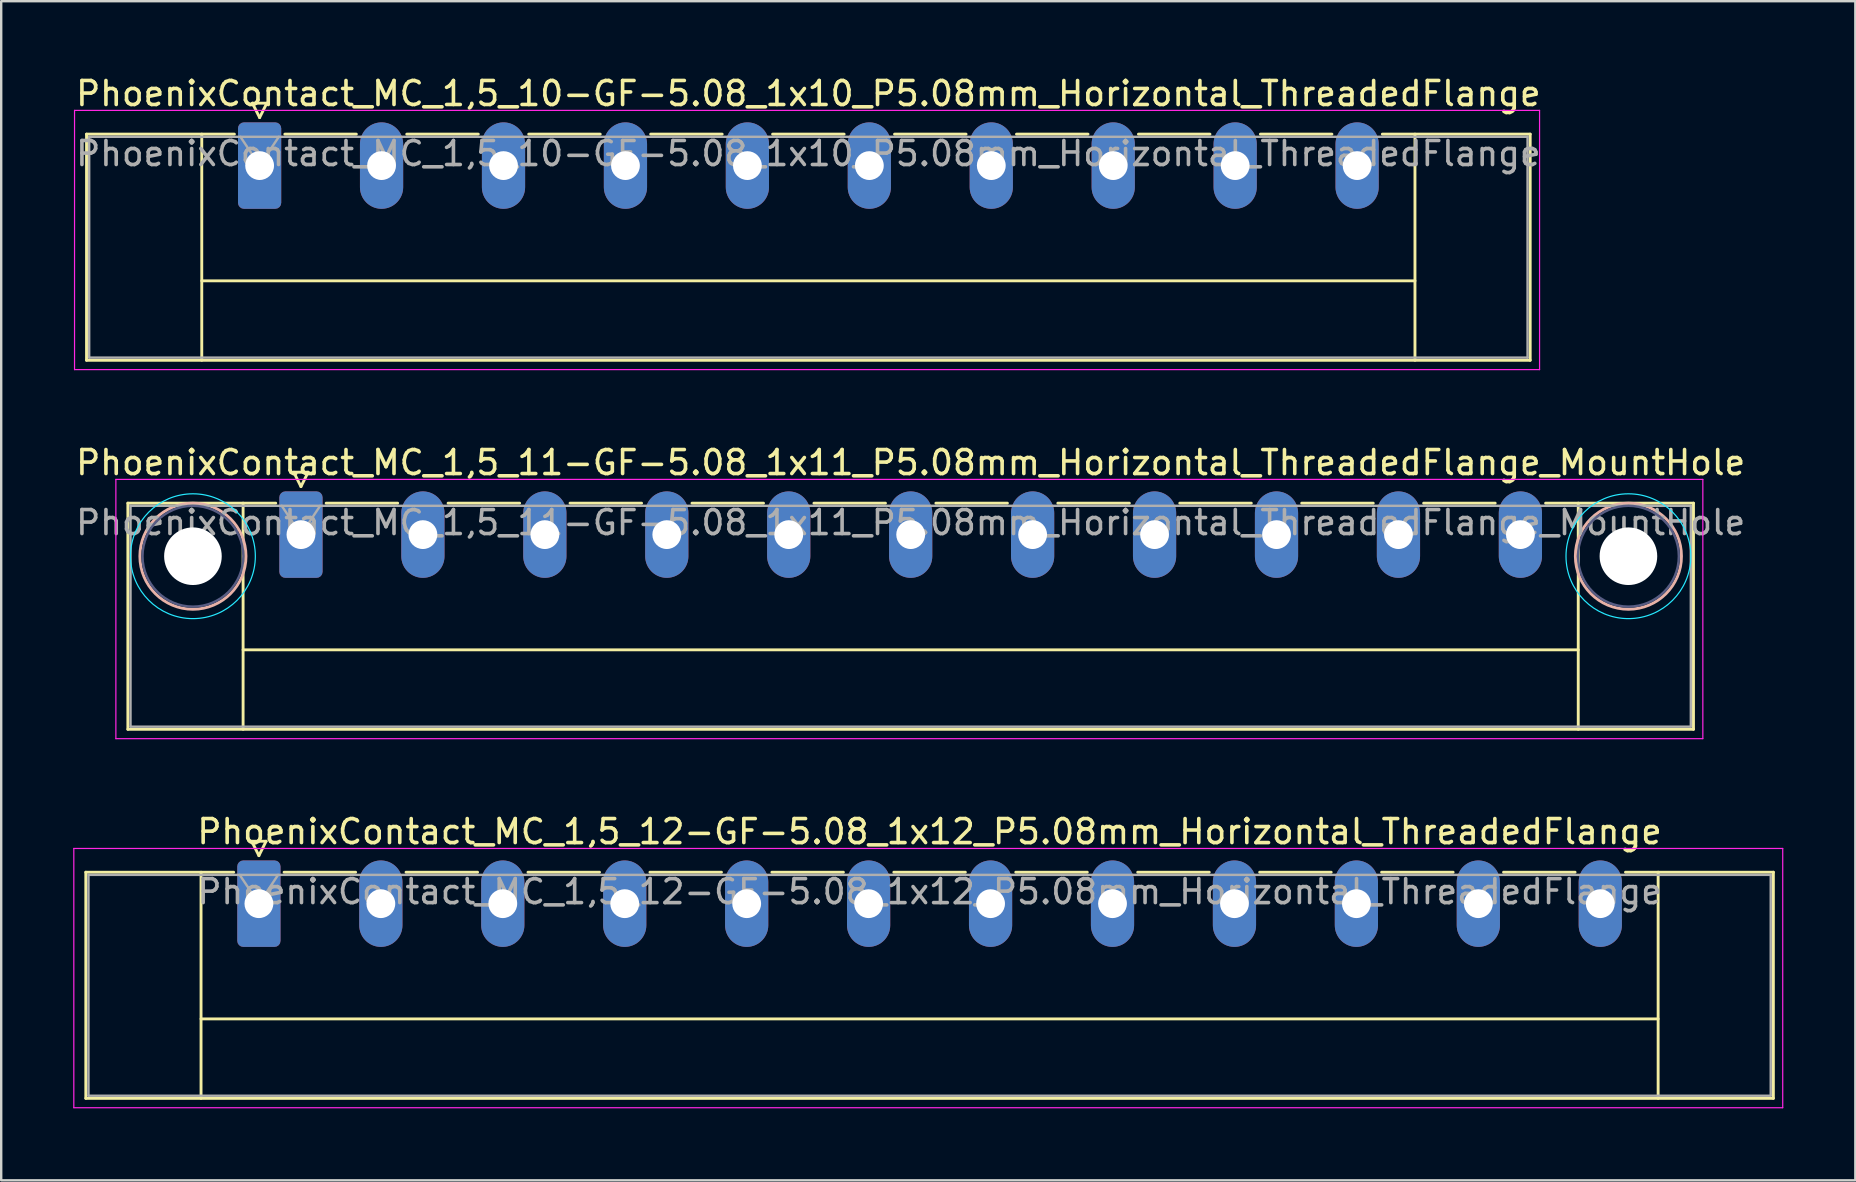
<source format=kicad_pcb>
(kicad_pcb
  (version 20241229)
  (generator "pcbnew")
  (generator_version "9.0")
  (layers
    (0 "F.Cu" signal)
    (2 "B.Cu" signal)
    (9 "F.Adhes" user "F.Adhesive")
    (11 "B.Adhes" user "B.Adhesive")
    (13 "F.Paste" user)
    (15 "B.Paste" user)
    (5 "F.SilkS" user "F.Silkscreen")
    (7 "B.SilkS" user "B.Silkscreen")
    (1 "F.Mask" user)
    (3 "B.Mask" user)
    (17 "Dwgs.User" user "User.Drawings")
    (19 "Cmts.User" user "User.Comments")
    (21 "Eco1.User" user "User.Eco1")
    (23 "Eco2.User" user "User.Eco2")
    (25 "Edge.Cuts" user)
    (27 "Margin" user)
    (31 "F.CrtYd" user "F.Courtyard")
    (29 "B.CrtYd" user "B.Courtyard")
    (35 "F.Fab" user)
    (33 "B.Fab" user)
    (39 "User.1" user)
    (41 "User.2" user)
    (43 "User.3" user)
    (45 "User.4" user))
  (footprint "PhoenixContact_MC_1,5_11-GF-5.08_1x11_P5.08mm_Horizontal_ThreadedFlange_MountHole"
    (layer "F.Cu")
    (at 9.487 19.221)
    (property "Reference" "PhoenixContact_MC_1,5_11-GF-5.08_1x11_P5.08mm_Horizontal_ThreadedFlange_MountHole" (at 25.4 -3 0) (layer "F.SilkS") (effects (font (size 1 1) (thickness 0.15))))
    (attr through_hole)
    (fp_line (start -7.21 -1.31) (end -7.21 8.11) (stroke (width 0.12) (type solid)) (layer "F.SilkS"))
    (fp_line (start -7.21 -1.31) (end -1.05 -1.31) (stroke (width 0.12) (type solid)) (layer "F.SilkS"))
    (fp_line (start -7.21 8.11) (end 58.01 8.11) (stroke (width 0.12) (type solid)) (layer "F.SilkS"))
    (fp_line (start -2.41 -1.31) (end -2.41 8.11) (stroke (width 0.12) (type solid)) (layer "F.SilkS"))
    (fp_line (start -2.41 4.8) (end 53.21 4.8) (stroke (width 0.12) (type solid)) (layer "F.SilkS"))
    (fp_line (start -0.3 -2.6) (end 0.3 -2.6) (stroke (width 0.12) (type solid)) (layer "F.SilkS"))
    (fp_line (start 0 -2) (end -0.3 -2.6) (stroke (width 0.12) (type solid)) (layer "F.SilkS"))
    (fp_line (start 0.3 -2.6) (end 0 -2) (stroke (width 0.12) (type solid)) (layer "F.SilkS"))
    (fp_line (start 1.05 -1.31) (end 4.03 -1.31) (stroke (width 0.12) (type solid)) (layer "F.SilkS"))
    (fp_line (start 6.13 -1.31) (end 9.11 -1.31) (stroke (width 0.12) (type solid)) (layer "F.SilkS"))
    (fp_line (start 11.21 -1.31) (end 14.19 -1.31) (stroke (width 0.12) (type solid)) (layer "F.SilkS"))
    (fp_line (start 16.29 -1.31) (end 19.27 -1.31) (stroke (width 0.12) (type solid)) (layer "F.SilkS"))
    (fp_line (start 21.37 -1.31) (end 24.35 -1.31) (stroke (width 0.12) (type solid)) (layer "F.SilkS"))
    (fp_line (start 26.45 -1.31) (end 29.43 -1.31) (stroke (width 0.12) (type solid)) (layer "F.SilkS"))
    (fp_line (start 31.53 -1.31) (end 34.51 -1.31) (stroke (width 0.12) (type solid)) (layer "F.SilkS"))
    (fp_line (start 36.61 -1.31) (end 39.59 -1.31) (stroke (width 0.12) (type solid)) (layer "F.SilkS"))
    (fp_line (start 41.69 -1.31) (end 44.67 -1.31) (stroke (width 0.12) (type solid)) (layer "F.SilkS"))
    (fp_line (start 46.77 -1.31) (end 49.75 -1.31) (stroke (width 0.12) (type solid)) (layer "F.SilkS"))
    (fp_line (start 53.21 -1.31) (end 53.21 8.11) (stroke (width 0.12) (type solid)) (layer "F.SilkS"))
    (fp_line (start 58.01 -1.31) (end 51.85 -1.31) (stroke (width 0.12) (type solid)) (layer "F.SilkS"))
    (fp_line (start 58.01 8.11) (end 58.01 -1.31) (stroke (width 0.12) (type solid)) (layer "F.SilkS"))
    (fp_circle (center -4.5 0.9) (end -2.29 0.9) (stroke (width 0.12) (type solid)) (fill no) (layer "B.SilkS"))
    (fp_circle (center 55.3 0.9) (end 57.51 0.9) (stroke (width 0.12) (type solid)) (fill no) (layer "B.SilkS"))
    (fp_circle (center -4.5 0.9) (end -1.9 0.9) (stroke (width 0.05) (type solid)) (fill no) (layer "B.CrtYd"))
    (fp_circle (center 55.3 0.9) (end 57.9 0.9) (stroke (width 0.05) (type solid)) (fill no) (layer "B.CrtYd"))
    (fp_line (start -7.71 -2.3) (end -7.71 8.5) (stroke (width 0.05) (type solid)) (layer "F.CrtYd"))
    (fp_line (start -7.71 8.5) (end 58.4 8.5) (stroke (width 0.05) (type solid)) (layer "F.CrtYd"))
    (fp_line (start 58.4 -2.3) (end -7.71 -2.3) (stroke (width 0.05) (type solid)) (layer "F.CrtYd"))
    (fp_line (start 58.4 8.5) (end 58.4 -2.3) (stroke (width 0.05) (type solid)) (layer "F.CrtYd"))
    (fp_circle (center -4.5 0.9) (end -2.4 0.9) (stroke (width 0.1) (type solid)) (fill no) (layer "B.Fab"))
    (fp_circle (center 55.3 0.9) (end 57.4 0.9) (stroke (width 0.1) (type solid)) (fill no) (layer "B.Fab"))
    (fp_line (start -7.1 -1.2) (end -7.1 8) (stroke (width 0.1) (type solid)) (layer "F.Fab"))
    (fp_line (start -7.1 8) (end 57.9 8) (stroke (width 0.1) (type solid)) (layer "F.Fab"))
    (fp_line (start 0 0) (end -0.8 -1.2) (stroke (width 0.1) (type solid)) (layer "F.Fab"))
    (fp_line (start 0.8 -1.2) (end 0 0) (stroke (width 0.1) (type solid)) (layer "F.Fab"))
    (fp_line (start 57.9 -1.2) (end -7.1 -1.2) (stroke (width 0.1) (type solid)) (layer "F.Fab"))
    (fp_line (start 57.9 8) (end 57.9 -1.2) (stroke (width 0.1) (type solid)) (layer "F.Fab"))
    (fp_text user "${REFERENCE}" (at 25.4 -0.5 0) (layer "F.Fab") (effects (font (size 1 1) (thickness 0.15))))
    (pad "" np_thru_hole circle (at -4.5 0.9) (size 2.4 2.4) (drill 2.4) (layers "*.Cu" "*.Mask"))
    (pad "" np_thru_hole circle (at 55.3 0.9) (size 2.4 2.4) (drill 2.4) (layers "*.Cu" "*.Mask"))
    (pad "1" thru_hole roundrect (at 0 0) (size 1.8 3.6) (drill 1.2) (layers "*.Cu" "*.Mask") (roundrect_rratio 0.139))
    (pad "2" thru_hole oval (at 5.08 0) (size 1.8 3.6) (drill 1.2) (layers "*.Cu" "*.Mask"))
    (pad "3" thru_hole oval (at 10.16 0) (size 1.8 3.6) (drill 1.2) (layers "*.Cu" "*.Mask"))
    (pad "4" thru_hole oval (at 15.24 0) (size 1.8 3.6) (drill 1.2) (layers "*.Cu" "*.Mask"))
    (pad "5" thru_hole oval (at 20.32 0) (size 1.8 3.6) (drill 1.2) (layers "*.Cu" "*.Mask"))
    (pad "6" thru_hole oval (at 25.4 0) (size 1.8 3.6) (drill 1.2) (layers "*.Cu" "*.Mask"))
    (pad "7" thru_hole oval (at 30.48 0) (size 1.8 3.6) (drill 1.2) (layers "*.Cu" "*.Mask"))
    (pad "8" thru_hole oval (at 35.56 0) (size 1.8 3.6) (drill 1.2) (layers "*.Cu" "*.Mask"))
    (pad "9" thru_hole oval (at 40.64 0) (size 1.8 3.6) (drill 1.2) (layers "*.Cu" "*.Mask"))
    (pad "10" thru_hole oval (at 45.72 0) (size 1.8 3.6) (drill 1.2) (layers "*.Cu" "*.Mask"))
    (pad "11" thru_hole oval (at 50.8 0) (size 1.8 3.6) (drill 1.2) (layers "*.Cu" "*.Mask")))
  (footprint "PhoenixContact_MC_1,5_10-GF-5.08_1x10_P5.08mm_Horizontal_ThreadedFlange"
    (layer "F.Cu")
    (at 7.765 3.848)
    (property "Reference" "PhoenixContact_MC_1,5_10-GF-5.08_1x10_P5.08mm_Horizontal_ThreadedFlange" (at 22.86 -3 0) (layer "F.SilkS") (effects (font (size 1 1) (thickness 0.15))))
    (attr through_hole)
    (fp_line (start -7.21 -1.31) (end -7.21 8.11) (stroke (width 0.12) (type solid)) (layer "F.SilkS"))
    (fp_line (start -7.21 -1.31) (end -1.05 -1.31) (stroke (width 0.12) (type solid)) (layer "F.SilkS"))
    (fp_line (start -7.21 8.11) (end 52.93 8.11) (stroke (width 0.12) (type solid)) (layer "F.SilkS"))
    (fp_line (start -2.41 -1.31) (end -2.41 8.11) (stroke (width 0.12) (type solid)) (layer "F.SilkS"))
    (fp_line (start -2.41 4.8) (end 48.13 4.8) (stroke (width 0.12) (type solid)) (layer "F.SilkS"))
    (fp_line (start -0.3 -2.6) (end 0.3 -2.6) (stroke (width 0.12) (type solid)) (layer "F.SilkS"))
    (fp_line (start 0 -2) (end -0.3 -2.6) (stroke (width 0.12) (type solid)) (layer "F.SilkS"))
    (fp_line (start 0.3 -2.6) (end 0 -2) (stroke (width 0.12) (type solid)) (layer "F.SilkS"))
    (fp_line (start 1.05 -1.31) (end 4.03 -1.31) (stroke (width 0.12) (type solid)) (layer "F.SilkS"))
    (fp_line (start 6.13 -1.31) (end 9.11 -1.31) (stroke (width 0.12) (type solid)) (layer "F.SilkS"))
    (fp_line (start 11.21 -1.31) (end 14.19 -1.31) (stroke (width 0.12) (type solid)) (layer "F.SilkS"))
    (fp_line (start 16.29 -1.31) (end 19.27 -1.31) (stroke (width 0.12) (type solid)) (layer "F.SilkS"))
    (fp_line (start 21.37 -1.31) (end 24.35 -1.31) (stroke (width 0.12) (type solid)) (layer "F.SilkS"))
    (fp_line (start 26.45 -1.31) (end 29.43 -1.31) (stroke (width 0.12) (type solid)) (layer "F.SilkS"))
    (fp_line (start 31.53 -1.31) (end 34.51 -1.31) (stroke (width 0.12) (type solid)) (layer "F.SilkS"))
    (fp_line (start 36.61 -1.31) (end 39.59 -1.31) (stroke (width 0.12) (type solid)) (layer "F.SilkS"))
    (fp_line (start 41.69 -1.31) (end 44.67 -1.31) (stroke (width 0.12) (type solid)) (layer "F.SilkS"))
    (fp_line (start 48.13 -1.31) (end 48.13 8.11) (stroke (width 0.12) (type solid)) (layer "F.SilkS"))
    (fp_line (start 52.93 -1.31) (end 46.77 -1.31) (stroke (width 0.12) (type solid)) (layer "F.SilkS"))
    (fp_line (start 52.93 8.11) (end 52.93 -1.31) (stroke (width 0.12) (type solid)) (layer "F.SilkS"))
    (fp_line (start -7.71 -2.3) (end -7.71 8.5) (stroke (width 0.05) (type solid)) (layer "F.CrtYd"))
    (fp_line (start -7.71 8.5) (end 53.32 8.5) (stroke (width 0.05) (type solid)) (layer "F.CrtYd"))
    (fp_line (start 53.32 -2.3) (end -7.71 -2.3) (stroke (width 0.05) (type solid)) (layer "F.CrtYd"))
    (fp_line (start 53.32 8.5) (end 53.32 -2.3) (stroke (width 0.05) (type solid)) (layer "F.CrtYd"))
    (fp_line (start -7.1 -1.2) (end -7.1 8) (stroke (width 0.1) (type solid)) (layer "F.Fab"))
    (fp_line (start -7.1 8) (end 52.82 8) (stroke (width 0.1) (type solid)) (layer "F.Fab"))
    (fp_line (start 0 0) (end -0.8 -1.2) (stroke (width 0.1) (type solid)) (layer "F.Fab"))
    (fp_line (start 0.8 -1.2) (end 0 0) (stroke (width 0.1) (type solid)) (layer "F.Fab"))
    (fp_line (start 52.82 -1.2) (end -7.1 -1.2) (stroke (width 0.1) (type solid)) (layer "F.Fab"))
    (fp_line (start 52.82 8) (end 52.82 -1.2) (stroke (width 0.1) (type solid)) (layer "F.Fab"))
    (fp_text user "${REFERENCE}" (at 22.86 -0.5 0) (layer "F.Fab") (effects (font (size 1 1) (thickness 0.15))))
    (pad "1" thru_hole roundrect (at 0 0) (size 1.8 3.6) (drill 1.2) (layers "*.Cu" "*.Mask") (roundrect_rratio 0.139))
    (pad "2" thru_hole oval (at 5.08 0) (size 1.8 3.6) (drill 1.2) (layers "*.Cu" "*.Mask"))
    (pad "3" thru_hole oval (at 10.16 0) (size 1.8 3.6) (drill 1.2) (layers "*.Cu" "*.Mask"))
    (pad "4" thru_hole oval (at 15.24 0) (size 1.8 3.6) (drill 1.2) (layers "*.Cu" "*.Mask"))
    (pad "5" thru_hole oval (at 20.32 0) (size 1.8 3.6) (drill 1.2) (layers "*.Cu" "*.Mask"))
    (pad "6" thru_hole oval (at 25.4 0) (size 1.8 3.6) (drill 1.2) (layers "*.Cu" "*.Mask"))
    (pad "7" thru_hole oval (at 30.48 0) (size 1.8 3.6) (drill 1.2) (layers "*.Cu" "*.Mask"))
    (pad "8" thru_hole oval (at 35.56 0) (size 1.8 3.6) (drill 1.2) (layers "*.Cu" "*.Mask"))
    (pad "9" thru_hole oval (at 40.64 0) (size 1.8 3.6) (drill 1.2) (layers "*.Cu" "*.Mask"))
    (pad "10" thru_hole oval (at 45.72 0) (size 1.8 3.6) (drill 1.2) (layers "*.Cu" "*.Mask")))
  (footprint "PhoenixContact_MC_1,5_12-GF-5.08_1x12_P5.08mm_Horizontal_ThreadedFlange"
    (layer "F.Cu")
    (at 7.735 34.595)
    (property "Reference" "PhoenixContact_MC_1,5_12-GF-5.08_1x12_P5.08mm_Horizontal_ThreadedFlange" (at 27.94 -3 0) (layer "F.SilkS") (effects (font (size 1 1) (thickness 0.15))))
    (attr through_hole)
    (fp_line (start -7.21 -1.31) (end -7.21 8.11) (stroke (width 0.12) (type solid)) (layer "F.SilkS"))
    (fp_line (start -7.21 -1.31) (end -1.05 -1.31) (stroke (width 0.12) (type solid)) (layer "F.SilkS"))
    (fp_line (start -7.21 8.11) (end 63.09 8.11) (stroke (width 0.12) (type solid)) (layer "F.SilkS"))
    (fp_line (start -2.41 -1.31) (end -2.41 8.11) (stroke (width 0.12) (type solid)) (layer "F.SilkS"))
    (fp_line (start -2.41 4.8) (end 58.29 4.8) (stroke (width 0.12) (type solid)) (layer "F.SilkS"))
    (fp_line (start -0.3 -2.6) (end 0.3 -2.6) (stroke (width 0.12) (type solid)) (layer "F.SilkS"))
    (fp_line (start 0 -2) (end -0.3 -2.6) (stroke (width 0.12) (type solid)) (layer "F.SilkS"))
    (fp_line (start 0.3 -2.6) (end 0 -2) (stroke (width 0.12) (type solid)) (layer "F.SilkS"))
    (fp_line (start 1.05 -1.31) (end 4.03 -1.31) (stroke (width 0.12) (type solid)) (layer "F.SilkS"))
    (fp_line (start 6.13 -1.31) (end 9.11 -1.31) (stroke (width 0.12) (type solid)) (layer "F.SilkS"))
    (fp_line (start 11.21 -1.31) (end 14.19 -1.31) (stroke (width 0.12) (type solid)) (layer "F.SilkS"))
    (fp_line (start 16.29 -1.31) (end 19.27 -1.31) (stroke (width 0.12) (type solid)) (layer "F.SilkS"))
    (fp_line (start 21.37 -1.31) (end 24.35 -1.31) (stroke (width 0.12) (type solid)) (layer "F.SilkS"))
    (fp_line (start 26.45 -1.31) (end 29.43 -1.31) (stroke (width 0.12) (type solid)) (layer "F.SilkS"))
    (fp_line (start 31.53 -1.31) (end 34.51 -1.31) (stroke (width 0.12) (type solid)) (layer "F.SilkS"))
    (fp_line (start 36.61 -1.31) (end 39.59 -1.31) (stroke (width 0.12) (type solid)) (layer "F.SilkS"))
    (fp_line (start 41.69 -1.31) (end 44.67 -1.31) (stroke (width 0.12) (type solid)) (layer "F.SilkS"))
    (fp_line (start 46.77 -1.31) (end 49.75 -1.31) (stroke (width 0.12) (type solid)) (layer "F.SilkS"))
    (fp_line (start 51.85 -1.31) (end 54.83 -1.31) (stroke (width 0.12) (type solid)) (layer "F.SilkS"))
    (fp_line (start 58.29 -1.31) (end 58.29 8.11) (stroke (width 0.12) (type solid)) (layer "F.SilkS"))
    (fp_line (start 63.09 -1.31) (end 56.93 -1.31) (stroke (width 0.12) (type solid)) (layer "F.SilkS"))
    (fp_line (start 63.09 8.11) (end 63.09 -1.31) (stroke (width 0.12) (type solid)) (layer "F.SilkS"))
    (fp_line (start -7.71 -2.3) (end -7.71 8.5) (stroke (width 0.05) (type solid)) (layer "F.CrtYd"))
    (fp_line (start -7.71 8.5) (end 63.48 8.5) (stroke (width 0.05) (type solid)) (layer "F.CrtYd"))
    (fp_line (start 63.48 -2.3) (end -7.71 -2.3) (stroke (width 0.05) (type solid)) (layer "F.CrtYd"))
    (fp_line (start 63.48 8.5) (end 63.48 -2.3) (stroke (width 0.05) (type solid)) (layer "F.CrtYd"))
    (fp_line (start -7.1 -1.2) (end -7.1 8) (stroke (width 0.1) (type solid)) (layer "F.Fab"))
    (fp_line (start -7.1 8) (end 62.98 8) (stroke (width 0.1) (type solid)) (layer "F.Fab"))
    (fp_line (start 0 0) (end -0.8 -1.2) (stroke (width 0.1) (type solid)) (layer "F.Fab"))
    (fp_line (start 0.8 -1.2) (end 0 0) (stroke (width 0.1) (type solid)) (layer "F.Fab"))
    (fp_line (start 62.98 -1.2) (end -7.1 -1.2) (stroke (width 0.1) (type solid)) (layer "F.Fab"))
    (fp_line (start 62.98 8) (end 62.98 -1.2) (stroke (width 0.1) (type solid)) (layer "F.Fab"))
    (fp_text user "${REFERENCE}" (at 27.94 -0.5 0) (layer "F.Fab") (effects (font (size 1 1) (thickness 0.15))))
    (pad "1" thru_hole roundrect (at 0 0) (size 1.8 3.6) (drill 1.2) (layers "*.Cu" "*.Mask") (roundrect_rratio 0.139))
    (pad "2" thru_hole oval (at 5.08 0) (size 1.8 3.6) (drill 1.2) (layers "*.Cu" "*.Mask"))
    (pad "3" thru_hole oval (at 10.16 0) (size 1.8 3.6) (drill 1.2) (layers "*.Cu" "*.Mask"))
    (pad "4" thru_hole oval (at 15.24 0) (size 1.8 3.6) (drill 1.2) (layers "*.Cu" "*.Mask"))
    (pad "5" thru_hole oval (at 20.32 0) (size 1.8 3.6) (drill 1.2) (layers "*.Cu" "*.Mask"))
    (pad "6" thru_hole oval (at 25.4 0) (size 1.8 3.6) (drill 1.2) (layers "*.Cu" "*.Mask"))
    (pad "7" thru_hole oval (at 30.48 0) (size 1.8 3.6) (drill 1.2) (layers "*.Cu" "*.Mask"))
    (pad "8" thru_hole oval (at 35.56 0) (size 1.8 3.6) (drill 1.2) (layers "*.Cu" "*.Mask"))
    (pad "9" thru_hole oval (at 40.64 0) (size 1.8 3.6) (drill 1.2) (layers "*.Cu" "*.Mask"))
    (pad "10" thru_hole oval (at 45.72 0) (size 1.8 3.6) (drill 1.2) (layers "*.Cu" "*.Mask"))
    (pad "11" thru_hole oval (at 50.8 0) (size 1.8 3.6) (drill 1.2) (layers "*.Cu" "*.Mask"))
    (pad "12" thru_hole oval (at 55.88 0) (size 1.8 3.6) (drill 1.2) (layers "*.Cu" "*.Mask")))
  (gr_rect
    (start -3 -3)
    (end 74.24 46.12)
    (stroke (width 0.1) (type default))
    (fill no)
    (layer "Edge.Cuts")))
</source>
